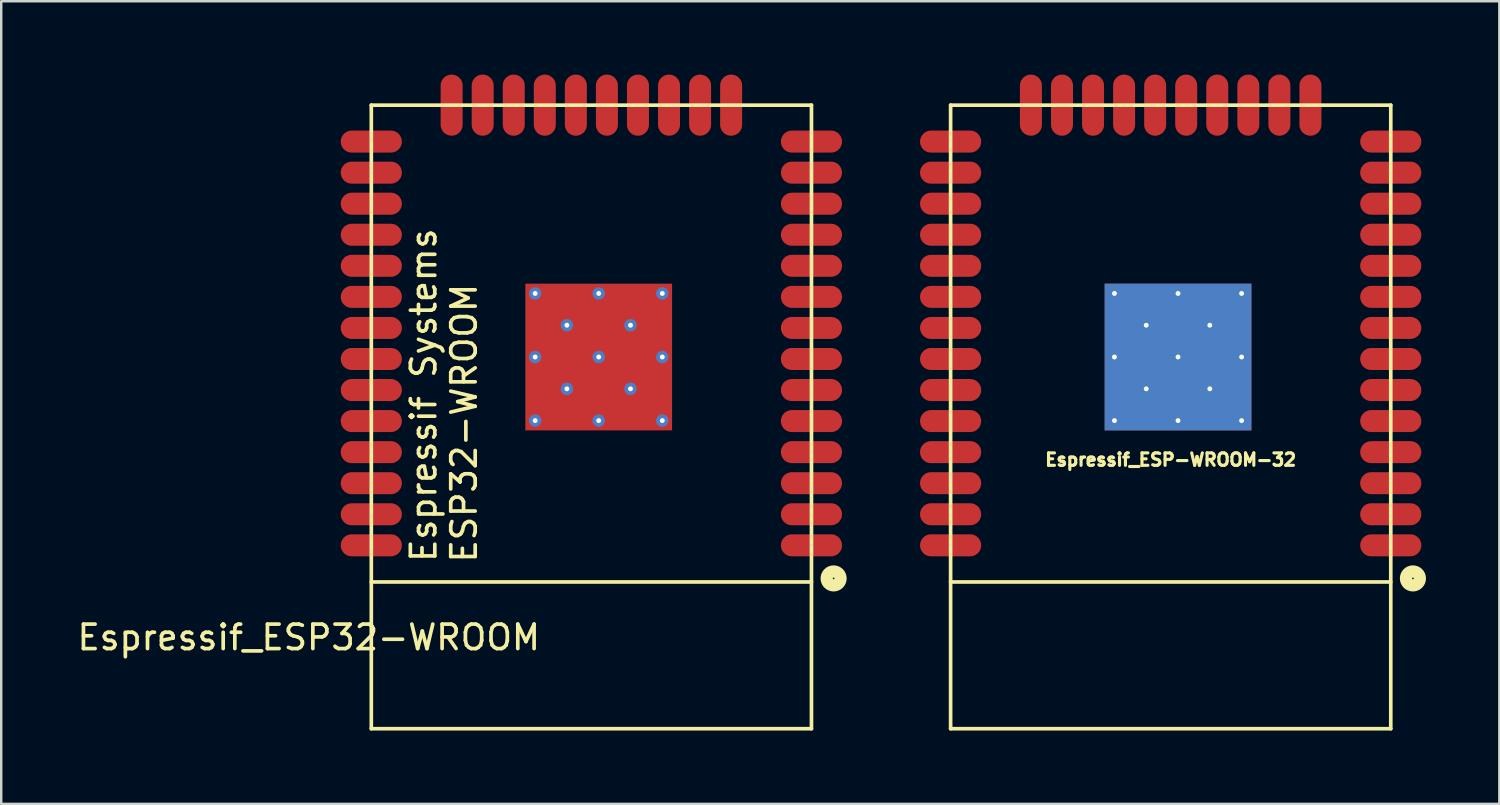
<source format=kicad_pcb>
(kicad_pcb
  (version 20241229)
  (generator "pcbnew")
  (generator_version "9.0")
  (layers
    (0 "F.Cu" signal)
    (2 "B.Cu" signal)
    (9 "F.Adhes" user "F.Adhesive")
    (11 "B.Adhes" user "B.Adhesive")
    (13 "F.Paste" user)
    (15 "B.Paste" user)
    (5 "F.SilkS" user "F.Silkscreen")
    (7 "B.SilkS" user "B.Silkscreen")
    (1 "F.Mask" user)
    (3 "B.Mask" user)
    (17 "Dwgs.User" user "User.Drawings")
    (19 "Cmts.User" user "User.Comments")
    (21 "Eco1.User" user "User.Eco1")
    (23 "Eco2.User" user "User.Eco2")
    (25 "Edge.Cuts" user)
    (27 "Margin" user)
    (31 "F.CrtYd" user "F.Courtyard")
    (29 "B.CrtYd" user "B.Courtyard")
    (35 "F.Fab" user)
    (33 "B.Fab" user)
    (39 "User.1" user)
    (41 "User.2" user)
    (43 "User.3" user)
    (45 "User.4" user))
  (footprint "Espressif_ESP32-WROOM"
    (layer "F.Cu")
    (at 21.134 14)
    (property "Reference" "Espressif_ESP32-WROOM" (at -11.557 9.017 0) (layer "F.SilkS") (effects (font (size 1 1) (thickness 0.15))))
    (attr through_hole)
    (fp_line (start -9 -12.75) (end 9 -12.75) (stroke (width 0.15) (type solid)) (layer "F.SilkS"))
    (fp_line (start -9 6.75) (end 9 6.75) (stroke (width 0.15) (type solid)) (layer "F.SilkS"))
    (fp_line (start -9 12.75) (end -9 -12.75) (stroke (width 0.15) (type solid)) (layer "F.SilkS"))
    (fp_line (start -9 12.75) (end 9 12.75) (stroke (width 0.15) (type solid)) (layer "F.SilkS"))
    (fp_line (start 9 12.75) (end 9 -12.75) (stroke (width 0.15) (type solid)) (layer "F.SilkS"))
    (fp_circle (center 9.906 6.604) (end 10.033 6.858) (stroke (width 0.5) (type solid)) (fill no) (layer "F.SilkS"))
    (fp_text user "Espressif Systems" (at -6.858 -0.889 90) (layer "F.SilkS") (effects (font (size 1 1) (thickness 0.15))))
    (fp_text user "ESP32-WROOM" (at -5.207 0.254 90) (layer "F.SilkS") (effects (font (size 1 1) (thickness 0.15))))
    (pad "1" smd oval (at 9 5.25) (size 2.5 0.9) (layers "F.Cu" "F.Mask" "F.Paste"))
    (pad "2" smd oval (at 9 3.98) (size 2.5 0.9) (layers "F.Cu" "F.Mask" "F.Paste"))
    (pad "3" smd oval (at 9 2.71) (size 2.5 0.9) (layers "F.Cu" "F.Mask" "F.Paste"))
    (pad "4" smd oval (at 9 1.44) (size 2.5 0.9) (layers "F.Cu" "F.Mask" "F.Paste"))
    (pad "5" smd oval (at 9 0.17) (size 2.5 0.9) (layers "F.Cu" "F.Mask" "F.Paste"))
    (pad "6" smd oval (at 9 -1.1) (size 2.5 0.9) (layers "F.Cu" "F.Mask" "F.Paste"))
    (pad "7" smd oval (at 9 -2.37) (size 2.5 0.9) (layers "F.Cu" "F.Mask" "F.Paste"))
    (pad "8" smd oval (at 9 -3.64) (size 2.5 0.9) (layers "F.Cu" "F.Mask" "F.Paste"))
    (pad "9" smd oval (at 9 -4.91) (size 2.5 0.9) (layers "F.Cu" "F.Mask" "F.Paste"))
    (pad "10" smd oval (at 9 -6.18) (size 2.5 0.9) (layers "F.Cu" "F.Mask" "F.Paste"))
    (pad "11" smd oval (at 9 -7.45) (size 2.5 0.9) (layers "F.Cu" "F.Mask" "F.Paste"))
    (pad "12" smd oval (at 9 -8.72) (size 2.5 0.9) (layers "F.Cu" "F.Mask" "F.Paste"))
    (pad "13" smd oval (at 9 -9.99) (size 2.5 0.9) (layers "F.Cu" "F.Mask" "F.Paste"))
    (pad "14" smd oval (at 9 -11.26) (size 2.5 0.9) (layers "F.Cu" "F.Mask" "F.Paste"))
    (pad "15" smd oval (at 5.715 -12.75) (size 0.9 2.5) (layers "F.Cu" "F.Mask" "F.Paste"))
    (pad "16" smd oval (at 4.445 -12.75) (size 0.9 2.5) (layers "F.Cu" "F.Mask" "F.Paste"))
    (pad "17" smd oval (at 3.175 -12.75) (size 0.9 2.5) (layers "F.Cu" "F.Mask" "F.Paste"))
    (pad "18" smd oval (at 1.905 -12.75) (size 0.9 2.5) (layers "F.Cu" "F.Mask" "F.Paste"))
    (pad "19" smd oval (at 0.635 -12.75) (size 0.9 2.5) (layers "F.Cu" "F.Mask" "F.Paste"))
    (pad "20" smd oval (at -0.635 -12.75) (size 0.9 2.5) (layers "F.Cu" "F.Mask" "F.Paste"))
    (pad "21" smd oval (at -1.905 -12.75) (size 0.9 2.5) (layers "F.Cu" "F.Mask" "F.Paste"))
    (pad "22" smd oval (at -3.175 -12.75) (size 0.9 2.5) (layers "F.Cu" "F.Mask" "F.Paste"))
    (pad "23" smd oval (at -4.445 -12.75) (size 0.9 2.5) (layers "F.Cu" "F.Mask" "F.Paste"))
    (pad "24" smd oval (at -5.715 -12.75) (size 0.9 2.5) (layers "F.Cu" "F.Mask" "F.Paste"))
    (pad "25" smd oval (at -9 -11.26) (size 2.5 0.9) (layers "F.Cu" "F.Mask" "F.Paste"))
    (pad "26" smd oval (at -9 -9.99) (size 2.5 0.9) (layers "F.Cu" "F.Mask" "F.Paste"))
    (pad "27" smd oval (at -9 -8.72) (size 2.5 0.9) (layers "F.Cu" "F.Mask" "F.Paste"))
    (pad "28" smd oval (at -9 -7.45) (size 2.5 0.9) (layers "F.Cu" "F.Mask" "F.Paste"))
    (pad "29" smd oval (at -9 -6.18) (size 2.5 0.9) (layers "F.Cu" "F.Mask" "F.Paste"))
    (pad "30" smd oval (at -9 -4.91) (size 2.5 0.9) (layers "F.Cu" "F.Mask" "F.Paste"))
    (pad "31" smd oval (at -9 -3.64) (size 2.5 0.9) (layers "F.Cu" "F.Mask" "F.Paste"))
    (pad "32" smd oval (at -9 -2.37) (size 2.5 0.9) (layers "F.Cu" "F.Mask" "F.Paste"))
    (pad "33" smd oval (at -9 -1.1) (size 2.5 0.9) (layers "F.Cu" "F.Mask" "F.Paste"))
    (pad "34" smd oval (at -9 0.17) (size 2.5 0.9) (layers "F.Cu" "F.Mask" "F.Paste"))
    (pad "35" smd oval (at -9 1.44) (size 2.5 0.9) (layers "F.Cu" "F.Mask" "F.Paste"))
    (pad "36" smd oval (at -9 2.71) (size 2.5 0.9) (layers "F.Cu" "F.Mask" "F.Paste"))
    (pad "37" smd oval (at -9 3.98) (size 2.5 0.9) (layers "F.Cu" "F.Mask" "F.Paste"))
    (pad "38" smd oval (at -9 5.25) (size 2.5 0.9) (layers "F.Cu" "F.Mask" "F.Paste"))
    (pad "39" thru_hole circle (at -2.3 -5.05) (size 0.508 0.508) (drill 0.2) (layers "*.Cu" "*.Mask"))
    (pad "39" thru_hole circle (at -2.3 -2.45) (size 0.508 0.508) (drill 0.2) (layers "*.Cu" "*.Mask"))
    (pad "39" thru_hole circle (at -2.3 0.15) (size 0.508 0.508) (drill 0.2) (layers "*.Cu" "*.Mask"))
    (pad "39" thru_hole circle (at 0.3 -5.05) (size 0.508 0.508) (drill 0.2) (layers "*.Cu" "*.Mask"))
    (pad "39" thru_hole circle (at 0.3 -2.45) (size 0.508 0.508) (drill 0.2) (layers "*.Cu" "*.Mask"))
    (pad "39" smd rect (at 0.3 -2.45) (size 6 6) (layers "F.Cu" "F.Mask" "F.Paste"))
    (pad "39" thru_hole circle (at 0.3 0.15) (size 0.508 0.508) (drill 0.2) (layers "*.Cu" "*.Mask"))
    (pad "39" thru_hole circle (at 2.9 -5.05) (size 0.508 0.508) (drill 0.2) (layers "*.Cu" "*.Mask"))
    (pad "39" thru_hole circle (at 2.9 -2.45) (size 0.508 0.508) (drill 0.2) (layers "*.Cu" "*.Mask"))
    (pad "39" thru_hole circle (at 2.9 0.15) (size 0.508 0.508) (drill 0.2) (layers "*.Cu" "*.Mask"))
    (pad "48" thru_hole circle (at -1 -3.75) (size 0.508 0.508) (drill 0.2) (layers "*.Cu" "*.Mask"))
    (pad "49" thru_hole circle (at 1.6 -3.75) (size 0.508 0.508) (drill 0.2) (layers "*.Cu" "*.Mask"))
    (pad "50" thru_hole circle (at -1 -1.15) (size 0.508 0.508) (drill 0.2) (layers "*.Cu" "*.Mask"))
    (pad "51" thru_hole circle (at 1.6 -1.15) (size 0.508 0.508) (drill 0.2) (layers "*.Cu" "*.Mask")))
  (footprint "Espressif_ESP-WROOM-32"
    (layer "F.Cu")
    (at 44.824 14)
    (property "Reference" "Espressif_ESP-WROOM-32" (at 0 1.75 180) (layer "F.SilkS") (effects (font (size 0.508 0.508) (thickness 0.127))))
    (attr smd)
    (fp_line (start -9 -12.75) (end 9 -12.75) (stroke (width 0.15) (type solid)) (layer "F.SilkS"))
    (fp_line (start -9 6.75) (end 9 6.75) (stroke (width 0.15) (type solid)) (layer "F.SilkS"))
    (fp_line (start -9 12.75) (end -9 -12.75) (stroke (width 0.15) (type solid)) (layer "F.SilkS"))
    (fp_line (start -9 12.75) (end 9 12.75) (stroke (width 0.15) (type solid)) (layer "F.SilkS"))
    (fp_line (start 9 12.75) (end 9 -12.75) (stroke (width 0.15) (type solid)) (layer "F.SilkS"))
    (fp_circle (center 9.906 6.604) (end 10.033 6.858) (stroke (width 0.5) (type solid)) (fill no) (layer "F.SilkS"))
    (fp_poly (pts (xy -1.2 -3.95) (xy -1.2 -4.85) (xy -2.1 -4.85) (xy -2.1 -3.95)) (stroke (width 0.15) (type solid)) (fill yes) (layer "F.Paste"))
    (fp_poly (pts (xy -1.2 -2.65) (xy -1.2 -3.55) (xy -2.3 -3.55) (xy -2.3 -2.65)) (stroke (width 0.15) (type solid)) (fill yes) (layer "F.Paste"))
    (fp_poly (pts (xy -1.2 -1.35) (xy -1.2 -2.25) (xy -2.3 -2.25) (xy -2.3 -1.35)) (stroke (width 0.15) (type solid)) (fill yes) (layer "F.Paste"))
    (fp_poly (pts (xy -1.2 -0.05) (xy -1.2 -0.95) (xy -2.1 -0.95) (xy -2.1 -0.05)) (stroke (width 0.15) (type solid)) (fill yes) (layer "F.Paste"))
    (fp_poly (pts (xy 0.1 -3.95) (xy 0.1 -5.05) (xy -0.8 -5.05) (xy -0.8 -3.95)) (stroke (width 0.15) (type solid)) (fill yes) (layer "F.Paste"))
    (fp_poly (pts (xy 0.1 -2.65) (xy 0.1 -3.55) (xy -0.8 -3.55) (xy -0.8 -2.65)) (stroke (width 0.15) (type solid)) (fill yes) (layer "F.Paste"))
    (fp_poly (pts (xy 0.1 -1.35) (xy 0.1 -2.25) (xy -0.8 -2.25) (xy -0.8 -1.35)) (stroke (width 0.15) (type solid)) (fill yes) (layer "F.Paste"))
    (fp_poly (pts (xy 0.1 0.15) (xy 0.1 -0.95) (xy -0.8 -0.95) (xy -0.8 0.15)) (stroke (width 0.15) (type solid)) (fill yes) (layer "F.Paste"))
    (fp_poly (pts (xy 1.4 -3.95) (xy 1.4 -5.05) (xy 0.5 -5.05) (xy 0.5 -3.95)) (stroke (width 0.15) (type solid)) (fill yes) (layer "F.Paste"))
    (fp_poly (pts (xy 1.4 -2.65) (xy 1.4 -3.55) (xy 0.5 -3.55) (xy 0.5 -2.65)) (stroke (width 0.15) (type solid)) (fill yes) (layer "F.Paste"))
    (fp_poly (pts (xy 1.4 -1.35) (xy 1.4 -2.25) (xy 0.5 -2.25) (xy 0.5 -1.35)) (stroke (width 0.15) (type solid)) (fill yes) (layer "F.Paste"))
    (fp_poly (pts (xy 1.4 0.15) (xy 1.4 -0.95) (xy 0.5 -0.95) (xy 0.5 0.15)) (stroke (width 0.15) (type solid)) (fill yes) (layer "F.Paste"))
    (fp_poly (pts (xy 2.7 -3.95) (xy 2.7 -4.85) (xy 1.8 -4.85) (xy 1.8 -3.95)) (stroke (width 0.15) (type solid)) (fill yes) (layer "F.Paste"))
    (fp_poly (pts (xy 2.7 -0.05) (xy 2.7 -0.95) (xy 1.8 -0.95) (xy 1.8 -0.05)) (stroke (width 0.15) (type solid)) (fill yes) (layer "F.Paste"))
    (fp_poly (pts (xy 2.9 -2.65) (xy 2.9 -3.55) (xy 1.8 -3.55) (xy 1.8 -2.65)) (stroke (width 0.15) (type solid)) (fill yes) (layer "F.Paste"))
    (fp_poly (pts (xy 2.9 -1.35) (xy 2.9 -2.25) (xy 1.8 -2.25) (xy 1.8 -1.35)) (stroke (width 0.15) (type solid)) (fill yes) (layer "F.Paste"))
    (pad "1" smd oval (at 9 5.25) (size 2.5 0.9) (layers "F.Cu" "F.Mask" "F.Paste"))
    (pad "2" smd oval (at 9 3.98) (size 2.5 0.9) (layers "F.Cu" "F.Mask" "F.Paste"))
    (pad "3" smd oval (at 9 2.71) (size 2.5 0.9) (layers "F.Cu" "F.Mask" "F.Paste"))
    (pad "4" smd oval (at 9 1.44) (size 2.5 0.9) (layers "F.Cu" "F.Mask" "F.Paste"))
    (pad "5" smd oval (at 9 0.17) (size 2.5 0.9) (layers "F.Cu" "F.Mask" "F.Paste"))
    (pad "6" smd oval (at 9 -1.1) (size 2.5 0.9) (layers "F.Cu" "F.Mask" "F.Paste"))
    (pad "7" smd oval (at 9 -2.37) (size 2.5 0.9) (layers "F.Cu" "F.Mask" "F.Paste"))
    (pad "8" smd oval (at 9 -3.64) (size 2.5 0.9) (layers "F.Cu" "F.Mask" "F.Paste"))
    (pad "9" smd oval (at 9 -4.91) (size 2.5 0.9) (layers "F.Cu" "F.Mask" "F.Paste"))
    (pad "10" smd oval (at 9 -6.18) (size 2.5 0.9) (layers "F.Cu" "F.Mask" "F.Paste"))
    (pad "11" smd oval (at 9 -7.45) (size 2.5 0.9) (layers "F.Cu" "F.Mask" "F.Paste"))
    (pad "12" smd oval (at 9 -8.72) (size 2.5 0.9) (layers "F.Cu" "F.Mask" "F.Paste"))
    (pad "13" smd oval (at 9 -9.99) (size 2.5 0.9) (layers "F.Cu" "F.Mask" "F.Paste"))
    (pad "14" smd oval (at 9 -11.26) (size 2.5 0.9) (layers "F.Cu" "F.Mask" "F.Paste"))
    (pad "15" smd oval (at 5.715 -12.75) (size 0.9 2.5) (layers "F.Cu" "F.Mask" "F.Paste"))
    (pad "16" smd oval (at 4.445 -12.75) (size 0.9 2.5) (layers "F.Cu" "F.Mask" "F.Paste"))
    (pad "17" smd oval (at 3.175 -12.75) (size 0.9 2.5) (layers "F.Cu" "F.Mask" "F.Paste"))
    (pad "18" smd oval (at 1.905 -12.75) (size 0.9 2.5) (layers "F.Cu" "F.Mask" "F.Paste"))
    (pad "19" smd oval (at 0.635 -12.75) (size 0.9 2.5) (layers "F.Cu" "F.Mask" "F.Paste"))
    (pad "20" smd oval (at -0.635 -12.75) (size 0.9 2.5) (layers "F.Cu" "F.Mask" "F.Paste"))
    (pad "21" smd oval (at -1.905 -12.75) (size 0.9 2.5) (layers "F.Cu" "F.Mask" "F.Paste"))
    (pad "22" smd oval (at -3.175 -12.75) (size 0.9 2.5) (layers "F.Cu" "F.Mask" "F.Paste"))
    (pad "23" smd oval (at -4.445 -12.75) (size 0.9 2.5) (layers "F.Cu" "F.Mask" "F.Paste"))
    (pad "24" smd oval (at -5.715 -12.75) (size 0.9 2.5) (layers "F.Cu" "F.Mask" "F.Paste"))
    (pad "25" smd oval (at -9 -11.26) (size 2.5 0.9) (layers "F.Cu" "F.Mask" "F.Paste"))
    (pad "26" smd oval (at -9 -9.99) (size 2.5 0.9) (layers "F.Cu" "F.Mask" "F.Paste"))
    (pad "27" smd oval (at -9 -8.72) (size 2.5 0.9) (layers "F.Cu" "F.Mask" "F.Paste"))
    (pad "28" smd oval (at -9 -7.45) (size 2.5 0.9) (layers "F.Cu" "F.Mask" "F.Paste"))
    (pad "29" smd oval (at -9 -6.18) (size 2.5 0.9) (layers "F.Cu" "F.Mask" "F.Paste"))
    (pad "30" smd oval (at -9 -4.91) (size 2.5 0.9) (layers "F.Cu" "F.Mask" "F.Paste"))
    (pad "31" smd oval (at -9 -3.64) (size 2.5 0.9) (layers "F.Cu" "F.Mask" "F.Paste"))
    (pad "32" smd oval (at -9 -2.37) (size 2.5 0.9) (layers "F.Cu" "F.Mask" "F.Paste"))
    (pad "33" smd oval (at -9 -1.1) (size 2.5 0.9) (layers "F.Cu" "F.Mask" "F.Paste"))
    (pad "34" smd oval (at -9 0.17) (size 2.5 0.9) (layers "F.Cu" "F.Mask" "F.Paste"))
    (pad "35" smd oval (at -9 1.44) (size 2.5 0.9) (layers "F.Cu" "F.Mask" "F.Paste"))
    (pad "36" smd oval (at -9 2.71) (size 2.5 0.9) (layers "F.Cu" "F.Mask" "F.Paste"))
    (pad "37" smd oval (at -9 3.98) (size 2.5 0.9) (layers "F.Cu" "F.Mask" "F.Paste"))
    (pad "38" smd oval (at -9 5.25) (size 2.5 0.9) (layers "F.Cu" "F.Mask" "F.Paste"))
    (pad "39" thru_hole circle (at -2.3 -5.05) (size 0.508 0.508) (drill 0.2) (layers "*.Cu" "*.Mask"))
    (pad "39" thru_hole circle (at -2.3 -2.45) (size 0.508 0.508) (drill 0.2) (layers "*.Cu" "*.Mask"))
    (pad "39" thru_hole circle (at -2.3 0.15) (size 0.508 0.508) (drill 0.2) (layers "*.Cu" "*.Mask"))
    (pad "39" thru_hole circle (at -1 -3.75) (size 0.508 0.508) (drill 0.2) (layers "*.Cu" "*.Mask"))
    (pad "39" thru_hole circle (at -1 -1.15) (size 0.508 0.508) (drill 0.2) (layers "*.Cu" "*.Mask"))
    (pad "39" thru_hole circle (at 0.3 -5.05) (size 0.508 0.508) (drill 0.2) (layers "*.Cu" "*.Mask"))
    (pad "39" thru_hole circle (at 0.3 -2.45) (size 0.508 0.508) (drill 0.2) (layers "*.Cu" "*.Mask"))
    (pad "39" smd rect (at 0.3 -2.45) (size 6 6) (layers "F.Cu" "F.Mask"))
    (pad "39" smd rect (at 0.3 -2.45) (size 6 6) (layers "B.Cu" "B.Mask"))
    (pad "39" thru_hole circle (at 0.3 0.15) (size 0.508 0.508) (drill 0.2) (layers "*.Cu" "*.Mask"))
    (pad "39" thru_hole circle (at 1.6 -3.75) (size 0.508 0.508) (drill 0.2) (layers "*.Cu" "*.Mask"))
    (pad "39" thru_hole circle (at 1.6 -1.15) (size 0.508 0.508) (drill 0.2) (layers "*.Cu" "*.Mask"))
    (pad "39" thru_hole circle (at 2.9 -5.05) (size 0.508 0.508) (drill 0.2) (layers "*.Cu" "*.Mask"))
    (pad "39" thru_hole circle (at 2.9 -2.45) (size 0.508 0.508) (drill 0.2) (layers "*.Cu" "*.Mask"))
    (pad "39" thru_hole circle (at 2.9 0.15) (size 0.508 0.508) (drill 0.2) (layers "*.Cu" "*.Mask")))
  (gr_rect
    (start -3 -3)
    (end 58.264 29.825)
    (stroke (width 0.1) (type default))
    (fill no)
    (layer "Edge.Cuts")))
</source>
